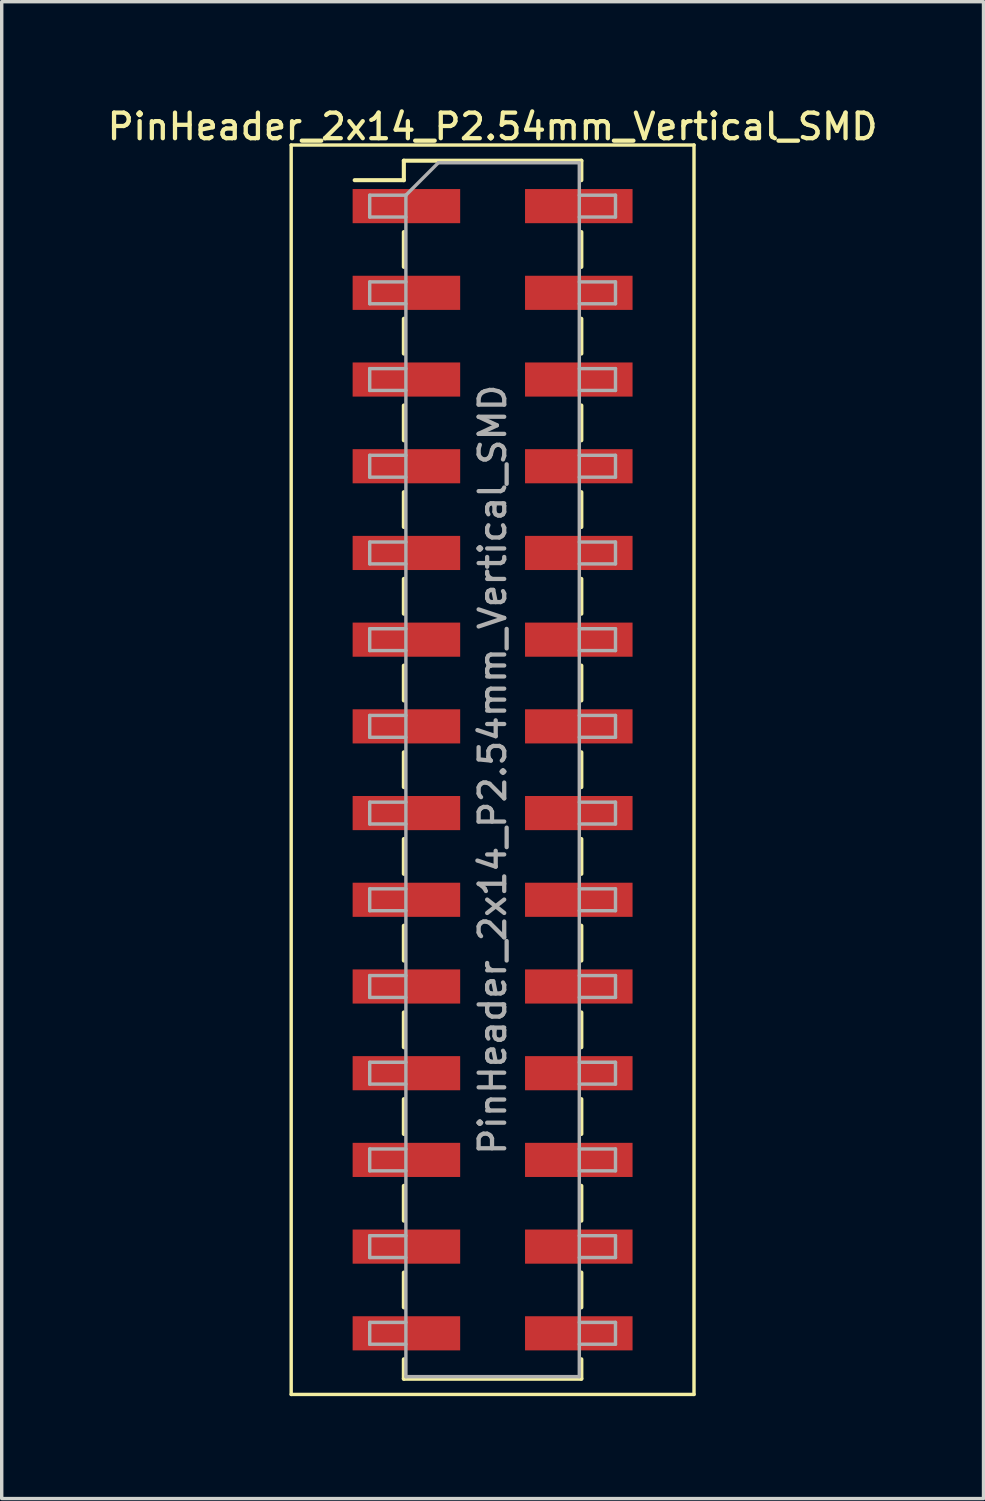
<source format=kicad_pcb>
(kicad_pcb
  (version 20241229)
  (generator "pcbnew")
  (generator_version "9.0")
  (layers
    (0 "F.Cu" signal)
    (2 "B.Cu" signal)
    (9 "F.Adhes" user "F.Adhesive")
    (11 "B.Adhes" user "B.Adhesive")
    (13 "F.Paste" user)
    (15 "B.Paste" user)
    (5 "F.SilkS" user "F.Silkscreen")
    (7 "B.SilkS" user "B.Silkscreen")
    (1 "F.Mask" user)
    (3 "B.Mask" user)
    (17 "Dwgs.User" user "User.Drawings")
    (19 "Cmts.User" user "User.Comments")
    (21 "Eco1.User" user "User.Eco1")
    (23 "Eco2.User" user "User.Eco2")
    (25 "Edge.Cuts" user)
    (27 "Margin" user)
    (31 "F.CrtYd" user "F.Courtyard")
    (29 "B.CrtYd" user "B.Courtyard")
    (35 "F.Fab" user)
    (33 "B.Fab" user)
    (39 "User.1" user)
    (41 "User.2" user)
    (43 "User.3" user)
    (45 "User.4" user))
  (footprint "PinHeader_2x14_P2.54mm_Vertical_SMD"
    (layer "F.Cu")
    (at 11.38 19.498)
    (property "Reference" "PinHeader_2x14_P2.54mm_Vertical_SMD" (at 0 -18.84 0) (layer "F.SilkS") (effects (font (size 0.75 0.75) (thickness 0.125))))
    (attr smd)
    (fp_line (start -5.9 -18.3) (end -5.9 18.3) (stroke (width 0.1) (type solid)) (layer "F.SilkS"))
    (fp_line (start -5.9 18.3) (end 5.9 18.3) (stroke (width 0.1) (type solid)) (layer "F.SilkS"))
    (fp_line (start -4.04 -17.27) (end -2.6 -17.27) (stroke (width 0.12) (type solid)) (layer "F.SilkS"))
    (fp_line (start -2.6 -17.84) (end -2.6 -17.27) (stroke (width 0.12) (type solid)) (layer "F.SilkS"))
    (fp_line (start -2.6 -17.84) (end 2.6 -17.84) (stroke (width 0.12) (type solid)) (layer "F.SilkS"))
    (fp_line (start -2.6 -15.75) (end -2.6 -14.73) (stroke (width 0.12) (type solid)) (layer "F.SilkS"))
    (fp_line (start -2.6 -13.21) (end -2.6 -12.19) (stroke (width 0.12) (type solid)) (layer "F.SilkS"))
    (fp_line (start -2.6 -10.67) (end -2.6 -9.65) (stroke (width 0.12) (type solid)) (layer "F.SilkS"))
    (fp_line (start -2.6 -8.13) (end -2.6 -7.11) (stroke (width 0.12) (type solid)) (layer "F.SilkS"))
    (fp_line (start -2.6 -5.59) (end -2.6 -4.57) (stroke (width 0.12) (type solid)) (layer "F.SilkS"))
    (fp_line (start -2.6 -3.05) (end -2.6 -2.03) (stroke (width 0.12) (type solid)) (layer "F.SilkS"))
    (fp_line (start -2.6 -0.51) (end -2.6 0.51) (stroke (width 0.12) (type solid)) (layer "F.SilkS"))
    (fp_line (start -2.6 2.03) (end -2.6 3.05) (stroke (width 0.12) (type solid)) (layer "F.SilkS"))
    (fp_line (start -2.6 4.57) (end -2.6 5.59) (stroke (width 0.12) (type solid)) (layer "F.SilkS"))
    (fp_line (start -2.6 7.11) (end -2.6 8.13) (stroke (width 0.12) (type solid)) (layer "F.SilkS"))
    (fp_line (start -2.6 9.65) (end -2.6 10.67) (stroke (width 0.12) (type solid)) (layer "F.SilkS"))
    (fp_line (start -2.6 12.19) (end -2.6 13.21) (stroke (width 0.12) (type solid)) (layer "F.SilkS"))
    (fp_line (start -2.6 14.73) (end -2.6 15.75) (stroke (width 0.12) (type solid)) (layer "F.SilkS"))
    (fp_line (start -2.6 17.27) (end -2.6 17.84) (stroke (width 0.12) (type solid)) (layer "F.SilkS"))
    (fp_line (start -2.6 17.84) (end 2.6 17.84) (stroke (width 0.12) (type solid)) (layer "F.SilkS"))
    (fp_line (start 2.6 -17.84) (end 2.6 -17.27) (stroke (width 0.12) (type solid)) (layer "F.SilkS"))
    (fp_line (start 2.6 -15.75) (end 2.6 -14.73) (stroke (width 0.12) (type solid)) (layer "F.SilkS"))
    (fp_line (start 2.6 -13.21) (end 2.6 -12.19) (stroke (width 0.12) (type solid)) (layer "F.SilkS"))
    (fp_line (start 2.6 -10.67) (end 2.6 -9.65) (stroke (width 0.12) (type solid)) (layer "F.SilkS"))
    (fp_line (start 2.6 -8.13) (end 2.6 -7.11) (stroke (width 0.12) (type solid)) (layer "F.SilkS"))
    (fp_line (start 2.6 -5.59) (end 2.6 -4.57) (stroke (width 0.12) (type solid)) (layer "F.SilkS"))
    (fp_line (start 2.6 -3.05) (end 2.6 -2.03) (stroke (width 0.12) (type solid)) (layer "F.SilkS"))
    (fp_line (start 2.6 -0.51) (end 2.6 0.51) (stroke (width 0.12) (type solid)) (layer "F.SilkS"))
    (fp_line (start 2.6 2.03) (end 2.6 3.05) (stroke (width 0.12) (type solid)) (layer "F.SilkS"))
    (fp_line (start 2.6 4.57) (end 2.6 5.59) (stroke (width 0.12) (type solid)) (layer "F.SilkS"))
    (fp_line (start 2.6 7.11) (end 2.6 8.13) (stroke (width 0.12) (type solid)) (layer "F.SilkS"))
    (fp_line (start 2.6 9.65) (end 2.6 10.67) (stroke (width 0.12) (type solid)) (layer "F.SilkS"))
    (fp_line (start 2.6 12.19) (end 2.6 13.21) (stroke (width 0.12) (type solid)) (layer "F.SilkS"))
    (fp_line (start 2.6 14.73) (end 2.6 15.75) (stroke (width 0.12) (type solid)) (layer "F.SilkS"))
    (fp_line (start 2.6 17.27) (end 2.6 17.84) (stroke (width 0.12) (type solid)) (layer "F.SilkS"))
    (fp_line (start 5.9 -18.3) (end -5.9 -18.3) (stroke (width 0.1) (type solid)) (layer "F.SilkS"))
    (fp_line (start 5.9 18.3) (end 5.9 -18.3) (stroke (width 0.1) (type solid)) (layer "F.SilkS"))
    (fp_line (start -3.6 -16.83) (end -3.6 -16.19) (stroke (width 0.1) (type solid)) (layer "F.Fab"))
    (fp_line (start -3.6 -16.19) (end -2.54 -16.19) (stroke (width 0.1) (type solid)) (layer "F.Fab"))
    (fp_line (start -3.6 -14.29) (end -3.6 -13.65) (stroke (width 0.1) (type solid)) (layer "F.Fab"))
    (fp_line (start -3.6 -13.65) (end -2.54 -13.65) (stroke (width 0.1) (type solid)) (layer "F.Fab"))
    (fp_line (start -3.6 -11.75) (end -3.6 -11.11) (stroke (width 0.1) (type solid)) (layer "F.Fab"))
    (fp_line (start -3.6 -11.11) (end -2.54 -11.11) (stroke (width 0.1) (type solid)) (layer "F.Fab"))
    (fp_line (start -3.6 -9.21) (end -3.6 -8.57) (stroke (width 0.1) (type solid)) (layer "F.Fab"))
    (fp_line (start -3.6 -8.57) (end -2.54 -8.57) (stroke (width 0.1) (type solid)) (layer "F.Fab"))
    (fp_line (start -3.6 -6.67) (end -3.6 -6.03) (stroke (width 0.1) (type solid)) (layer "F.Fab"))
    (fp_line (start -3.6 -6.03) (end -2.54 -6.03) (stroke (width 0.1) (type solid)) (layer "F.Fab"))
    (fp_line (start -3.6 -4.13) (end -3.6 -3.49) (stroke (width 0.1) (type solid)) (layer "F.Fab"))
    (fp_line (start -3.6 -3.49) (end -2.54 -3.49) (stroke (width 0.1) (type solid)) (layer "F.Fab"))
    (fp_line (start -3.6 -1.59) (end -3.6 -0.95) (stroke (width 0.1) (type solid)) (layer "F.Fab"))
    (fp_line (start -3.6 -0.95) (end -2.54 -0.95) (stroke (width 0.1) (type solid)) (layer "F.Fab"))
    (fp_line (start -3.6 0.95) (end -3.6 1.59) (stroke (width 0.1) (type solid)) (layer "F.Fab"))
    (fp_line (start -3.6 1.59) (end -2.54 1.59) (stroke (width 0.1) (type solid)) (layer "F.Fab"))
    (fp_line (start -3.6 3.49) (end -3.6 4.13) (stroke (width 0.1) (type solid)) (layer "F.Fab"))
    (fp_line (start -3.6 4.13) (end -2.54 4.13) (stroke (width 0.1) (type solid)) (layer "F.Fab"))
    (fp_line (start -3.6 6.03) (end -3.6 6.67) (stroke (width 0.1) (type solid)) (layer "F.Fab"))
    (fp_line (start -3.6 6.67) (end -2.54 6.67) (stroke (width 0.1) (type solid)) (layer "F.Fab"))
    (fp_line (start -3.6 8.57) (end -3.6 9.21) (stroke (width 0.1) (type solid)) (layer "F.Fab"))
    (fp_line (start -3.6 9.21) (end -2.54 9.21) (stroke (width 0.1) (type solid)) (layer "F.Fab"))
    (fp_line (start -3.6 11.11) (end -3.6 11.75) (stroke (width 0.1) (type solid)) (layer "F.Fab"))
    (fp_line (start -3.6 11.75) (end -2.54 11.75) (stroke (width 0.1) (type solid)) (layer "F.Fab"))
    (fp_line (start -3.6 13.65) (end -3.6 14.29) (stroke (width 0.1) (type solid)) (layer "F.Fab"))
    (fp_line (start -3.6 14.29) (end -2.54 14.29) (stroke (width 0.1) (type solid)) (layer "F.Fab"))
    (fp_line (start -3.6 16.19) (end -3.6 16.83) (stroke (width 0.1) (type solid)) (layer "F.Fab"))
    (fp_line (start -3.6 16.83) (end -2.54 16.83) (stroke (width 0.1) (type solid)) (layer "F.Fab"))
    (fp_line (start -2.54 -16.83) (end -3.6 -16.83) (stroke (width 0.1) (type solid)) (layer "F.Fab"))
    (fp_line (start -2.54 -16.83) (end -1.59 -17.78) (stroke (width 0.1) (type solid)) (layer "F.Fab"))
    (fp_line (start -2.54 -14.29) (end -3.6 -14.29) (stroke (width 0.1) (type solid)) (layer "F.Fab"))
    (fp_line (start -2.54 -11.75) (end -3.6 -11.75) (stroke (width 0.1) (type solid)) (layer "F.Fab"))
    (fp_line (start -2.54 -9.21) (end -3.6 -9.21) (stroke (width 0.1) (type solid)) (layer "F.Fab"))
    (fp_line (start -2.54 -6.67) (end -3.6 -6.67) (stroke (width 0.1) (type solid)) (layer "F.Fab"))
    (fp_line (start -2.54 -4.13) (end -3.6 -4.13) (stroke (width 0.1) (type solid)) (layer "F.Fab"))
    (fp_line (start -2.54 -1.59) (end -3.6 -1.59) (stroke (width 0.1) (type solid)) (layer "F.Fab"))
    (fp_line (start -2.54 0.95) (end -3.6 0.95) (stroke (width 0.1) (type solid)) (layer "F.Fab"))
    (fp_line (start -2.54 3.49) (end -3.6 3.49) (stroke (width 0.1) (type solid)) (layer "F.Fab"))
    (fp_line (start -2.54 6.03) (end -3.6 6.03) (stroke (width 0.1) (type solid)) (layer "F.Fab"))
    (fp_line (start -2.54 8.57) (end -3.6 8.57) (stroke (width 0.1) (type solid)) (layer "F.Fab"))
    (fp_line (start -2.54 11.11) (end -3.6 11.11) (stroke (width 0.1) (type solid)) (layer "F.Fab"))
    (fp_line (start -2.54 13.65) (end -3.6 13.65) (stroke (width 0.1) (type solid)) (layer "F.Fab"))
    (fp_line (start -2.54 16.19) (end -3.6 16.19) (stroke (width 0.1) (type solid)) (layer "F.Fab"))
    (fp_line (start -2.54 17.78) (end -2.54 -16.83) (stroke (width 0.1) (type solid)) (layer "F.Fab"))
    (fp_line (start -1.59 -17.78) (end 2.54 -17.78) (stroke (width 0.1) (type solid)) (layer "F.Fab"))
    (fp_line (start 2.54 -17.78) (end 2.54 17.78) (stroke (width 0.1) (type solid)) (layer "F.Fab"))
    (fp_line (start 2.54 -16.83) (end 3.6 -16.83) (stroke (width 0.1) (type solid)) (layer "F.Fab"))
    (fp_line (start 2.54 -14.29) (end 3.6 -14.29) (stroke (width 0.1) (type solid)) (layer "F.Fab"))
    (fp_line (start 2.54 -11.75) (end 3.6 -11.75) (stroke (width 0.1) (type solid)) (layer "F.Fab"))
    (fp_line (start 2.54 -9.21) (end 3.6 -9.21) (stroke (width 0.1) (type solid)) (layer "F.Fab"))
    (fp_line (start 2.54 -6.67) (end 3.6 -6.67) (stroke (width 0.1) (type solid)) (layer "F.Fab"))
    (fp_line (start 2.54 -4.13) (end 3.6 -4.13) (stroke (width 0.1) (type solid)) (layer "F.Fab"))
    (fp_line (start 2.54 -1.59) (end 3.6 -1.59) (stroke (width 0.1) (type solid)) (layer "F.Fab"))
    (fp_line (start 2.54 0.95) (end 3.6 0.95) (stroke (width 0.1) (type solid)) (layer "F.Fab"))
    (fp_line (start 2.54 3.49) (end 3.6 3.49) (stroke (width 0.1) (type solid)) (layer "F.Fab"))
    (fp_line (start 2.54 6.03) (end 3.6 6.03) (stroke (width 0.1) (type solid)) (layer "F.Fab"))
    (fp_line (start 2.54 8.57) (end 3.6 8.57) (stroke (width 0.1) (type solid)) (layer "F.Fab"))
    (fp_line (start 2.54 11.11) (end 3.6 11.11) (stroke (width 0.1) (type solid)) (layer "F.Fab"))
    (fp_line (start 2.54 13.65) (end 3.6 13.65) (stroke (width 0.1) (type solid)) (layer "F.Fab"))
    (fp_line (start 2.54 16.19) (end 3.6 16.19) (stroke (width 0.1) (type solid)) (layer "F.Fab"))
    (fp_line (start 2.54 17.78) (end -2.54 17.78) (stroke (width 0.1) (type solid)) (layer "F.Fab"))
    (fp_line (start 3.6 -16.83) (end 3.6 -16.19) (stroke (width 0.1) (type solid)) (layer "F.Fab"))
    (fp_line (start 3.6 -16.19) (end 2.54 -16.19) (stroke (width 0.1) (type solid)) (layer "F.Fab"))
    (fp_line (start 3.6 -14.29) (end 3.6 -13.65) (stroke (width 0.1) (type solid)) (layer "F.Fab"))
    (fp_line (start 3.6 -13.65) (end 2.54 -13.65) (stroke (width 0.1) (type solid)) (layer "F.Fab"))
    (fp_line (start 3.6 -11.75) (end 3.6 -11.11) (stroke (width 0.1) (type solid)) (layer "F.Fab"))
    (fp_line (start 3.6 -11.11) (end 2.54 -11.11) (stroke (width 0.1) (type solid)) (layer "F.Fab"))
    (fp_line (start 3.6 -9.21) (end 3.6 -8.57) (stroke (width 0.1) (type solid)) (layer "F.Fab"))
    (fp_line (start 3.6 -8.57) (end 2.54 -8.57) (stroke (width 0.1) (type solid)) (layer "F.Fab"))
    (fp_line (start 3.6 -6.67) (end 3.6 -6.03) (stroke (width 0.1) (type solid)) (layer "F.Fab"))
    (fp_line (start 3.6 -6.03) (end 2.54 -6.03) (stroke (width 0.1) (type solid)) (layer "F.Fab"))
    (fp_line (start 3.6 -4.13) (end 3.6 -3.49) (stroke (width 0.1) (type solid)) (layer "F.Fab"))
    (fp_line (start 3.6 -3.49) (end 2.54 -3.49) (stroke (width 0.1) (type solid)) (layer "F.Fab"))
    (fp_line (start 3.6 -1.59) (end 3.6 -0.95) (stroke (width 0.1) (type solid)) (layer "F.Fab"))
    (fp_line (start 3.6 -0.95) (end 2.54 -0.95) (stroke (width 0.1) (type solid)) (layer "F.Fab"))
    (fp_line (start 3.6 0.95) (end 3.6 1.59) (stroke (width 0.1) (type solid)) (layer "F.Fab"))
    (fp_line (start 3.6 1.59) (end 2.54 1.59) (stroke (width 0.1) (type solid)) (layer "F.Fab"))
    (fp_line (start 3.6 3.49) (end 3.6 4.13) (stroke (width 0.1) (type solid)) (layer "F.Fab"))
    (fp_line (start 3.6 4.13) (end 2.54 4.13) (stroke (width 0.1) (type solid)) (layer "F.Fab"))
    (fp_line (start 3.6 6.03) (end 3.6 6.67) (stroke (width 0.1) (type solid)) (layer "F.Fab"))
    (fp_line (start 3.6 6.67) (end 2.54 6.67) (stroke (width 0.1) (type solid)) (layer "F.Fab"))
    (fp_line (start 3.6 8.57) (end 3.6 9.21) (stroke (width 0.1) (type solid)) (layer "F.Fab"))
    (fp_line (start 3.6 9.21) (end 2.54 9.21) (stroke (width 0.1) (type solid)) (layer "F.Fab"))
    (fp_line (start 3.6 11.11) (end 3.6 11.75) (stroke (width 0.1) (type solid)) (layer "F.Fab"))
    (fp_line (start 3.6 11.75) (end 2.54 11.75) (stroke (width 0.1) (type solid)) (layer "F.Fab"))
    (fp_line (start 3.6 13.65) (end 3.6 14.29) (stroke (width 0.1) (type solid)) (layer "F.Fab"))
    (fp_line (start 3.6 14.29) (end 2.54 14.29) (stroke (width 0.1) (type solid)) (layer "F.Fab"))
    (fp_line (start 3.6 16.19) (end 3.6 16.83) (stroke (width 0.1) (type solid)) (layer "F.Fab"))
    (fp_line (start 3.6 16.83) (end 2.54 16.83) (stroke (width 0.1) (type solid)) (layer "F.Fab"))
    (fp_text user "${REFERENCE}" (at 0 0 90) (layer "F.Fab") (effects (font (size 0.75 0.75) (thickness 0.125))))
    (pad "1" smd rect (at -2.525 -16.51) (size 3.15 1) (layers "F.Cu" "F.Mask" "F.Paste"))
    (pad "2" smd rect (at 2.525 -16.51) (size 3.15 1) (layers "F.Cu" "F.Mask" "F.Paste"))
    (pad "3" smd rect (at -2.525 -13.97) (size 3.15 1) (layers "F.Cu" "F.Mask" "F.Paste"))
    (pad "4" smd rect (at 2.525 -13.97) (size 3.15 1) (layers "F.Cu" "F.Mask" "F.Paste"))
    (pad "5" smd rect (at -2.525 -11.43) (size 3.15 1) (layers "F.Cu" "F.Mask" "F.Paste"))
    (pad "6" smd rect (at 2.525 -11.43) (size 3.15 1) (layers "F.Cu" "F.Mask" "F.Paste"))
    (pad "7" smd rect (at -2.525 -8.89) (size 3.15 1) (layers "F.Cu" "F.Mask" "F.Paste"))
    (pad "8" smd rect (at 2.525 -8.89) (size 3.15 1) (layers "F.Cu" "F.Mask" "F.Paste"))
    (pad "9" smd rect (at -2.525 -6.35) (size 3.15 1) (layers "F.Cu" "F.Mask" "F.Paste"))
    (pad "10" smd rect (at 2.525 -6.35) (size 3.15 1) (layers "F.Cu" "F.Mask" "F.Paste"))
    (pad "11" smd rect (at -2.525 -3.81) (size 3.15 1) (layers "F.Cu" "F.Mask" "F.Paste"))
    (pad "12" smd rect (at 2.525 -3.81) (size 3.15 1) (layers "F.Cu" "F.Mask" "F.Paste"))
    (pad "13" smd rect (at -2.525 -1.27) (size 3.15 1) (layers "F.Cu" "F.Mask" "F.Paste"))
    (pad "14" smd rect (at 2.525 -1.27) (size 3.15 1) (layers "F.Cu" "F.Mask" "F.Paste"))
    (pad "15" smd rect (at -2.525 1.27) (size 3.15 1) (layers "F.Cu" "F.Mask" "F.Paste"))
    (pad "16" smd rect (at 2.525 1.27) (size 3.15 1) (layers "F.Cu" "F.Mask" "F.Paste"))
    (pad "17" smd rect (at -2.525 3.81) (size 3.15 1) (layers "F.Cu" "F.Mask" "F.Paste"))
    (pad "18" smd rect (at 2.525 3.81) (size 3.15 1) (layers "F.Cu" "F.Mask" "F.Paste"))
    (pad "19" smd rect (at -2.525 6.35) (size 3.15 1) (layers "F.Cu" "F.Mask" "F.Paste"))
    (pad "20" smd rect (at 2.525 6.35) (size 3.15 1) (layers "F.Cu" "F.Mask" "F.Paste"))
    (pad "21" smd rect (at -2.525 8.89) (size 3.15 1) (layers "F.Cu" "F.Mask" "F.Paste"))
    (pad "22" smd rect (at 2.525 8.89) (size 3.15 1) (layers "F.Cu" "F.Mask" "F.Paste"))
    (pad "23" smd rect (at -2.525 11.43) (size 3.15 1) (layers "F.Cu" "F.Mask" "F.Paste"))
    (pad "24" smd rect (at 2.525 11.43) (size 3.15 1) (layers "F.Cu" "F.Mask" "F.Paste"))
    (pad "25" smd rect (at -2.525 13.97) (size 3.15 1) (layers "F.Cu" "F.Mask" "F.Paste"))
    (pad "26" smd rect (at 2.525 13.97) (size 3.15 1) (layers "F.Cu" "F.Mask" "F.Paste"))
    (pad "27" smd rect (at -2.525 16.51) (size 3.15 1) (layers "F.Cu" "F.Mask" "F.Paste"))
    (pad "28" smd rect (at 2.525 16.51) (size 3.15 1) (layers "F.Cu" "F.Mask" "F.Paste")))
  (gr_rect
    (start -3 -3)
    (end 25.761 40.848)
    (stroke (width 0.1) (type default))
    (fill no)
    (layer "Edge.Cuts")))
</source>
